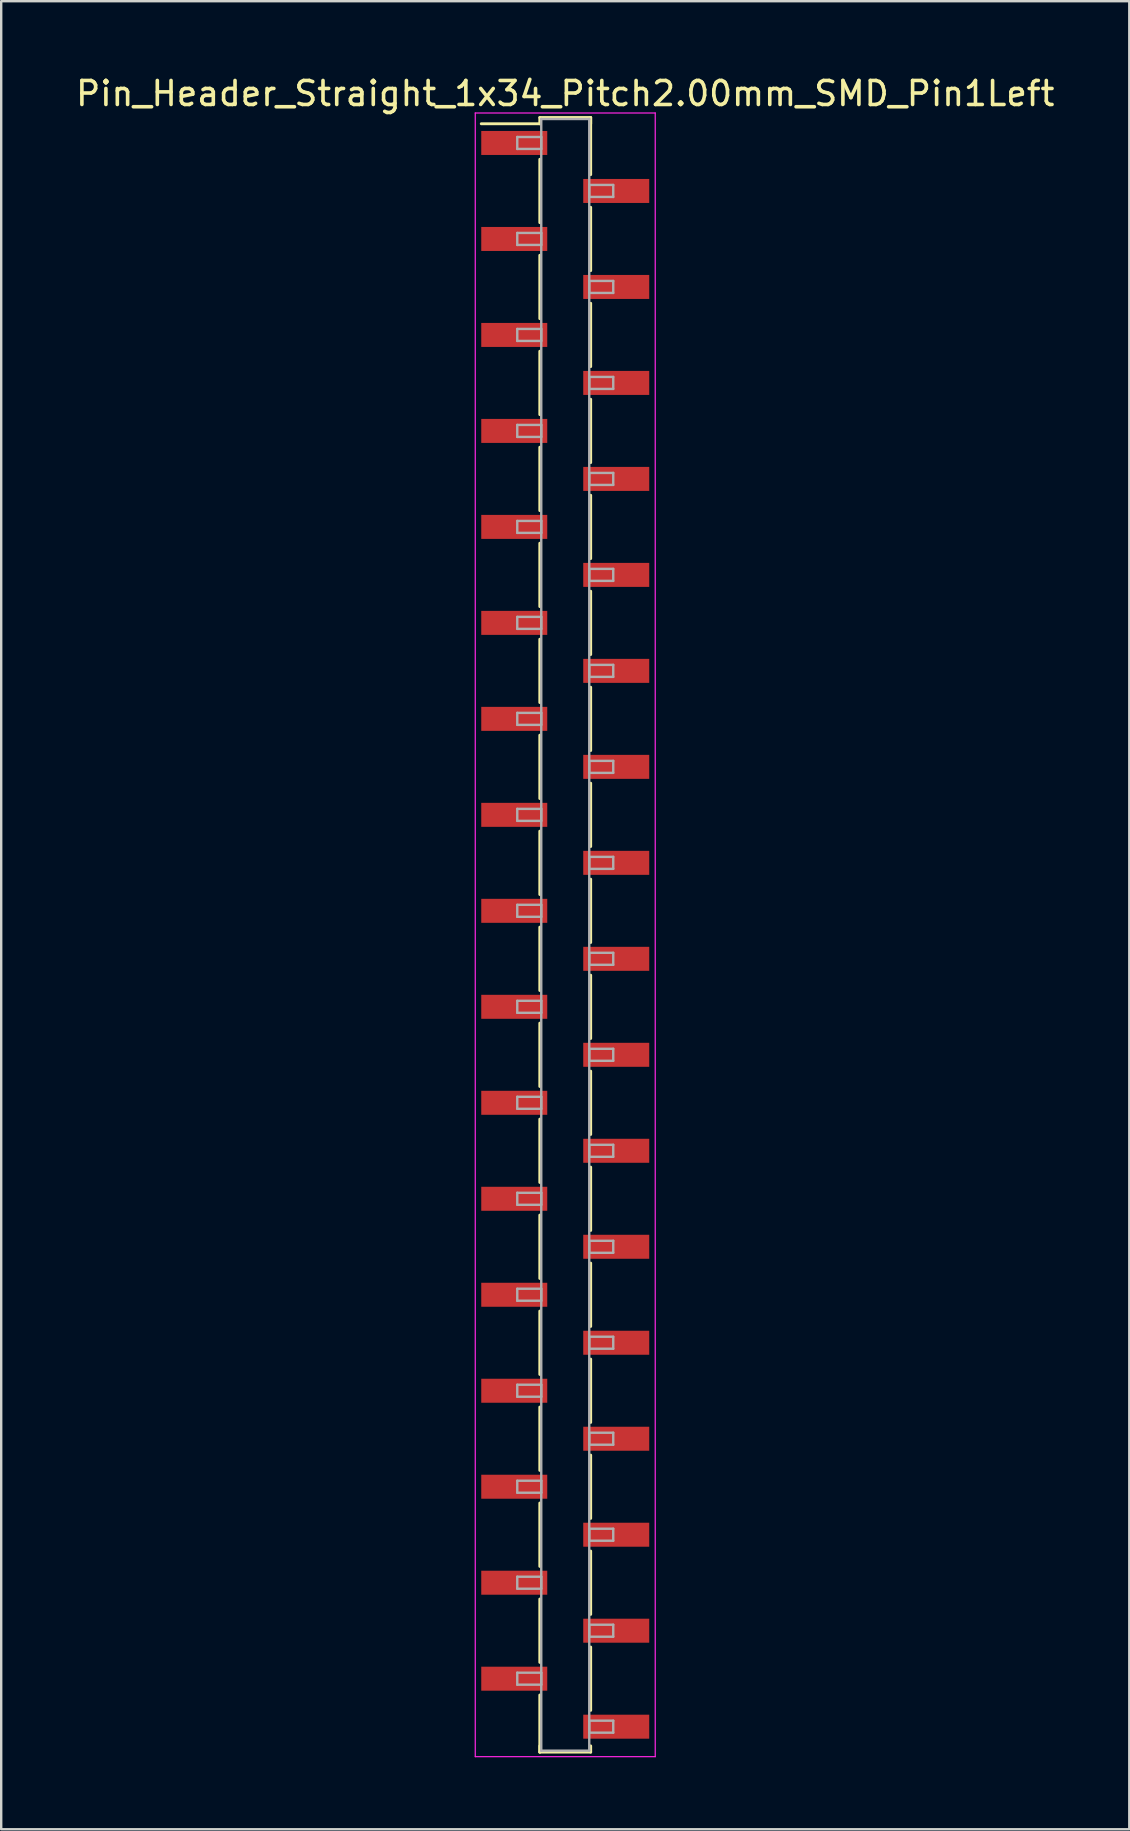
<source format=kicad_pcb>
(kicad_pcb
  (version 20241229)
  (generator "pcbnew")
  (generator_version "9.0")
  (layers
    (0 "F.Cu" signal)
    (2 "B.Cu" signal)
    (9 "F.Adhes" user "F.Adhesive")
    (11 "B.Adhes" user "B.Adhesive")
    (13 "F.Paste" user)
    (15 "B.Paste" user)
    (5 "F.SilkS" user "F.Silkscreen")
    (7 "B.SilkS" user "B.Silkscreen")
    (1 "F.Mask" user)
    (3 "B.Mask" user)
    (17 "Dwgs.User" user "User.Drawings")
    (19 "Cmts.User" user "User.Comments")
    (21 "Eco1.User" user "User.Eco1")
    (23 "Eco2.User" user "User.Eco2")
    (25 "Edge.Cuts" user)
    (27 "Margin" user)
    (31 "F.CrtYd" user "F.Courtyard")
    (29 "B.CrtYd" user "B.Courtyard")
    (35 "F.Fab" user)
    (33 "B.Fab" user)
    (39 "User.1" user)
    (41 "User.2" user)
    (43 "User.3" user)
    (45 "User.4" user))
  (footprint "Pin_Header_Straight_1x34_Pitch2.00mm_SMD_Pin1Left"
    (layer "F.Cu")
    (at 20.506 35.908)
    (property "Reference" "Pin_Header_Straight_1x34_Pitch2.00mm_SMD_Pin1Left" (at 0 -35.06 0) (layer "F.SilkS") (effects (font (size 1 1) (thickness 0.15))))
    (attr smd)
    (fp_line (start -1.06 -34.06) (end 1.06 -34.06) (stroke (width 0.12) (type solid)) (layer "F.SilkS"))
    (fp_line (start -1.06 -33.8) (end -3.5 -33.8) (stroke (width 0.12) (type solid)) (layer "F.SilkS"))
    (fp_line (start -1.06 -33.8) (end -1.06 -34.06) (stroke (width 0.12) (type solid)) (layer "F.SilkS"))
    (fp_line (start -1.06 -32.32) (end -1.06 -29.68) (stroke (width 0.12) (type solid)) (layer "F.SilkS"))
    (fp_line (start -1.06 -28.32) (end -1.06 -25.68) (stroke (width 0.12) (type solid)) (layer "F.SilkS"))
    (fp_line (start -1.06 -24.32) (end -1.06 -21.68) (stroke (width 0.12) (type solid)) (layer "F.SilkS"))
    (fp_line (start -1.06 -20.32) (end -1.06 -17.68) (stroke (width 0.12) (type solid)) (layer "F.SilkS"))
    (fp_line (start -1.06 -16.32) (end -1.06 -13.68) (stroke (width 0.12) (type solid)) (layer "F.SilkS"))
    (fp_line (start -1.06 -12.32) (end -1.06 -9.68) (stroke (width 0.12) (type solid)) (layer "F.SilkS"))
    (fp_line (start -1.06 -8.32) (end -1.06 -5.68) (stroke (width 0.12) (type solid)) (layer "F.SilkS"))
    (fp_line (start -1.06 -4.32) (end -1.06 -1.68) (stroke (width 0.12) (type solid)) (layer "F.SilkS"))
    (fp_line (start -1.06 -0.32) (end -1.06 2.32) (stroke (width 0.12) (type solid)) (layer "F.SilkS"))
    (fp_line (start -1.06 3.68) (end -1.06 6.32) (stroke (width 0.12) (type solid)) (layer "F.SilkS"))
    (fp_line (start -1.06 7.68) (end -1.06 10.32) (stroke (width 0.12) (type solid)) (layer "F.SilkS"))
    (fp_line (start -1.06 11.68) (end -1.06 14.32) (stroke (width 0.12) (type solid)) (layer "F.SilkS"))
    (fp_line (start -1.06 15.68) (end -1.06 18.32) (stroke (width 0.12) (type solid)) (layer "F.SilkS"))
    (fp_line (start -1.06 19.68) (end -1.06 22.32) (stroke (width 0.12) (type solid)) (layer "F.SilkS"))
    (fp_line (start -1.06 23.68) (end -1.06 26.32) (stroke (width 0.12) (type solid)) (layer "F.SilkS"))
    (fp_line (start -1.06 27.68) (end -1.06 30.32) (stroke (width 0.12) (type solid)) (layer "F.SilkS"))
    (fp_line (start -1.06 31.68) (end -1.06 34.06) (stroke (width 0.12) (type solid)) (layer "F.SilkS"))
    (fp_line (start -1.06 33.8) (end -1.06 34.06) (stroke (width 0.12) (type solid)) (layer "F.SilkS"))
    (fp_line (start -1.06 34.06) (end 1.06 34.06) (stroke (width 0.12) (type solid)) (layer "F.SilkS"))
    (fp_line (start 1.06 -34.06) (end 1.06 -33.8) (stroke (width 0.12) (type solid)) (layer "F.SilkS"))
    (fp_line (start 1.06 -34.06) (end 1.06 -31.68) (stroke (width 0.12) (type solid)) (layer "F.SilkS"))
    (fp_line (start 1.06 -30.32) (end 1.06 -27.68) (stroke (width 0.12) (type solid)) (layer "F.SilkS"))
    (fp_line (start 1.06 -26.32) (end 1.06 -23.68) (stroke (width 0.12) (type solid)) (layer "F.SilkS"))
    (fp_line (start 1.06 -22.32) (end 1.06 -19.68) (stroke (width 0.12) (type solid)) (layer "F.SilkS"))
    (fp_line (start 1.06 -18.32) (end 1.06 -15.68) (stroke (width 0.12) (type solid)) (layer "F.SilkS"))
    (fp_line (start 1.06 -14.32) (end 1.06 -11.68) (stroke (width 0.12) (type solid)) (layer "F.SilkS"))
    (fp_line (start 1.06 -10.32) (end 1.06 -7.68) (stroke (width 0.12) (type solid)) (layer "F.SilkS"))
    (fp_line (start 1.06 -6.32) (end 1.06 -3.68) (stroke (width 0.12) (type solid)) (layer "F.SilkS"))
    (fp_line (start 1.06 -2.32) (end 1.06 0.32) (stroke (width 0.12) (type solid)) (layer "F.SilkS"))
    (fp_line (start 1.06 1.68) (end 1.06 4.32) (stroke (width 0.12) (type solid)) (layer "F.SilkS"))
    (fp_line (start 1.06 5.68) (end 1.06 8.32) (stroke (width 0.12) (type solid)) (layer "F.SilkS"))
    (fp_line (start 1.06 9.68) (end 1.06 12.32) (stroke (width 0.12) (type solid)) (layer "F.SilkS"))
    (fp_line (start 1.06 13.68) (end 1.06 16.32) (stroke (width 0.12) (type solid)) (layer "F.SilkS"))
    (fp_line (start 1.06 17.68) (end 1.06 20.32) (stroke (width 0.12) (type solid)) (layer "F.SilkS"))
    (fp_line (start 1.06 21.68) (end 1.06 24.32) (stroke (width 0.12) (type solid)) (layer "F.SilkS"))
    (fp_line (start 1.06 25.68) (end 1.06 28.32) (stroke (width 0.12) (type solid)) (layer "F.SilkS"))
    (fp_line (start 1.06 29.68) (end 1.06 32.32) (stroke (width 0.12) (type solid)) (layer "F.SilkS"))
    (fp_line (start 1.06 34.06) (end 1.06 33.8) (stroke (width 0.12) (type solid)) (layer "F.SilkS"))
    (fp_line (start -3.75 -34.25) (end -3.75 34.25) (stroke (width 0.05) (type solid)) (layer "F.CrtYd"))
    (fp_line (start -3.75 34.25) (end 3.75 34.25) (stroke (width 0.05) (type solid)) (layer "F.CrtYd"))
    (fp_line (start 3.75 -34.25) (end -3.75 -34.25) (stroke (width 0.05) (type solid)) (layer "F.CrtYd"))
    (fp_line (start 3.75 34.25) (end 3.75 -34.25) (stroke (width 0.05) (type solid)) (layer "F.CrtYd"))
    (fp_line (start -2 -33.25) (end -1 -33.25) (stroke (width 0.1) (type solid)) (layer "F.Fab"))
    (fp_line (start -2 -32.75) (end -2 -33.25) (stroke (width 0.1) (type solid)) (layer "F.Fab"))
    (fp_line (start -2 -29.25) (end -1 -29.25) (stroke (width 0.1) (type solid)) (layer "F.Fab"))
    (fp_line (start -2 -28.75) (end -2 -29.25) (stroke (width 0.1) (type solid)) (layer "F.Fab"))
    (fp_line (start -2 -25.25) (end -1 -25.25) (stroke (width 0.1) (type solid)) (layer "F.Fab"))
    (fp_line (start -2 -24.75) (end -2 -25.25) (stroke (width 0.1) (type solid)) (layer "F.Fab"))
    (fp_line (start -2 -21.25) (end -1 -21.25) (stroke (width 0.1) (type solid)) (layer "F.Fab"))
    (fp_line (start -2 -20.75) (end -2 -21.25) (stroke (width 0.1) (type solid)) (layer "F.Fab"))
    (fp_line (start -2 -17.25) (end -1 -17.25) (stroke (width 0.1) (type solid)) (layer "F.Fab"))
    (fp_line (start -2 -16.75) (end -2 -17.25) (stroke (width 0.1) (type solid)) (layer "F.Fab"))
    (fp_line (start -2 -13.25) (end -1 -13.25) (stroke (width 0.1) (type solid)) (layer "F.Fab"))
    (fp_line (start -2 -12.75) (end -2 -13.25) (stroke (width 0.1) (type solid)) (layer "F.Fab"))
    (fp_line (start -2 -9.25) (end -1 -9.25) (stroke (width 0.1) (type solid)) (layer "F.Fab"))
    (fp_line (start -2 -8.75) (end -2 -9.25) (stroke (width 0.1) (type solid)) (layer "F.Fab"))
    (fp_line (start -2 -5.25) (end -1 -5.25) (stroke (width 0.1) (type solid)) (layer "F.Fab"))
    (fp_line (start -2 -4.75) (end -2 -5.25) (stroke (width 0.1) (type solid)) (layer "F.Fab"))
    (fp_line (start -2 -1.25) (end -1 -1.25) (stroke (width 0.1) (type solid)) (layer "F.Fab"))
    (fp_line (start -2 -0.75) (end -2 -1.25) (stroke (width 0.1) (type solid)) (layer "F.Fab"))
    (fp_line (start -2 2.75) (end -1 2.75) (stroke (width 0.1) (type solid)) (layer "F.Fab"))
    (fp_line (start -2 3.25) (end -2 2.75) (stroke (width 0.1) (type solid)) (layer "F.Fab"))
    (fp_line (start -2 6.75) (end -1 6.75) (stroke (width 0.1) (type solid)) (layer "F.Fab"))
    (fp_line (start -2 7.25) (end -2 6.75) (stroke (width 0.1) (type solid)) (layer "F.Fab"))
    (fp_line (start -2 10.75) (end -1 10.75) (stroke (width 0.1) (type solid)) (layer "F.Fab"))
    (fp_line (start -2 11.25) (end -2 10.75) (stroke (width 0.1) (type solid)) (layer "F.Fab"))
    (fp_line (start -2 14.75) (end -1 14.75) (stroke (width 0.1) (type solid)) (layer "F.Fab"))
    (fp_line (start -2 15.25) (end -2 14.75) (stroke (width 0.1) (type solid)) (layer "F.Fab"))
    (fp_line (start -2 18.75) (end -1 18.75) (stroke (width 0.1) (type solid)) (layer "F.Fab"))
    (fp_line (start -2 19.25) (end -2 18.75) (stroke (width 0.1) (type solid)) (layer "F.Fab"))
    (fp_line (start -2 22.75) (end -1 22.75) (stroke (width 0.1) (type solid)) (layer "F.Fab"))
    (fp_line (start -2 23.25) (end -2 22.75) (stroke (width 0.1) (type solid)) (layer "F.Fab"))
    (fp_line (start -2 26.75) (end -1 26.75) (stroke (width 0.1) (type solid)) (layer "F.Fab"))
    (fp_line (start -2 27.25) (end -2 26.75) (stroke (width 0.1) (type solid)) (layer "F.Fab"))
    (fp_line (start -2 30.75) (end -1 30.75) (stroke (width 0.1) (type solid)) (layer "F.Fab"))
    (fp_line (start -2 31.25) (end -2 30.75) (stroke (width 0.1) (type solid)) (layer "F.Fab"))
    (fp_line (start -1 -34) (end -1 34) (stroke (width 0.1) (type solid)) (layer "F.Fab"))
    (fp_line (start -1 -33.25) (end -1 -32.75) (stroke (width 0.1) (type solid)) (layer "F.Fab"))
    (fp_line (start -1 -32.75) (end -2 -32.75) (stroke (width 0.1) (type solid)) (layer "F.Fab"))
    (fp_line (start -1 -29.25) (end -1 -28.75) (stroke (width 0.1) (type solid)) (layer "F.Fab"))
    (fp_line (start -1 -28.75) (end -2 -28.75) (stroke (width 0.1) (type solid)) (layer "F.Fab"))
    (fp_line (start -1 -25.25) (end -1 -24.75) (stroke (width 0.1) (type solid)) (layer "F.Fab"))
    (fp_line (start -1 -24.75) (end -2 -24.75) (stroke (width 0.1) (type solid)) (layer "F.Fab"))
    (fp_line (start -1 -21.25) (end -1 -20.75) (stroke (width 0.1) (type solid)) (layer "F.Fab"))
    (fp_line (start -1 -20.75) (end -2 -20.75) (stroke (width 0.1) (type solid)) (layer "F.Fab"))
    (fp_line (start -1 -17.25) (end -1 -16.75) (stroke (width 0.1) (type solid)) (layer "F.Fab"))
    (fp_line (start -1 -16.75) (end -2 -16.75) (stroke (width 0.1) (type solid)) (layer "F.Fab"))
    (fp_line (start -1 -13.25) (end -1 -12.75) (stroke (width 0.1) (type solid)) (layer "F.Fab"))
    (fp_line (start -1 -12.75) (end -2 -12.75) (stroke (width 0.1) (type solid)) (layer "F.Fab"))
    (fp_line (start -1 -9.25) (end -1 -8.75) (stroke (width 0.1) (type solid)) (layer "F.Fab"))
    (fp_line (start -1 -8.75) (end -2 -8.75) (stroke (width 0.1) (type solid)) (layer "F.Fab"))
    (fp_line (start -1 -5.25) (end -1 -4.75) (stroke (width 0.1) (type solid)) (layer "F.Fab"))
    (fp_line (start -1 -4.75) (end -2 -4.75) (stroke (width 0.1) (type solid)) (layer "F.Fab"))
    (fp_line (start -1 -1.25) (end -1 -0.75) (stroke (width 0.1) (type solid)) (layer "F.Fab"))
    (fp_line (start -1 -0.75) (end -2 -0.75) (stroke (width 0.1) (type solid)) (layer "F.Fab"))
    (fp_line (start -1 2.75) (end -1 3.25) (stroke (width 0.1) (type solid)) (layer "F.Fab"))
    (fp_line (start -1 3.25) (end -2 3.25) (stroke (width 0.1) (type solid)) (layer "F.Fab"))
    (fp_line (start -1 6.75) (end -1 7.25) (stroke (width 0.1) (type solid)) (layer "F.Fab"))
    (fp_line (start -1 7.25) (end -2 7.25) (stroke (width 0.1) (type solid)) (layer "F.Fab"))
    (fp_line (start -1 10.75) (end -1 11.25) (stroke (width 0.1) (type solid)) (layer "F.Fab"))
    (fp_line (start -1 11.25) (end -2 11.25) (stroke (width 0.1) (type solid)) (layer "F.Fab"))
    (fp_line (start -1 14.75) (end -1 15.25) (stroke (width 0.1) (type solid)) (layer "F.Fab"))
    (fp_line (start -1 15.25) (end -2 15.25) (stroke (width 0.1) (type solid)) (layer "F.Fab"))
    (fp_line (start -1 18.75) (end -1 19.25) (stroke (width 0.1) (type solid)) (layer "F.Fab"))
    (fp_line (start -1 19.25) (end -2 19.25) (stroke (width 0.1) (type solid)) (layer "F.Fab"))
    (fp_line (start -1 22.75) (end -1 23.25) (stroke (width 0.1) (type solid)) (layer "F.Fab"))
    (fp_line (start -1 23.25) (end -2 23.25) (stroke (width 0.1) (type solid)) (layer "F.Fab"))
    (fp_line (start -1 26.75) (end -1 27.25) (stroke (width 0.1) (type solid)) (layer "F.Fab"))
    (fp_line (start -1 27.25) (end -2 27.25) (stroke (width 0.1) (type solid)) (layer "F.Fab"))
    (fp_line (start -1 30.75) (end -1 31.25) (stroke (width 0.1) (type solid)) (layer "F.Fab"))
    (fp_line (start -1 31.25) (end -2 31.25) (stroke (width 0.1) (type solid)) (layer "F.Fab"))
    (fp_line (start -1 34) (end 1 34) (stroke (width 0.1) (type solid)) (layer "F.Fab"))
    (fp_line (start 1 -34) (end -1 -34) (stroke (width 0.1) (type solid)) (layer "F.Fab"))
    (fp_line (start 1 -31.25) (end 1 -30.75) (stroke (width 0.1) (type solid)) (layer "F.Fab"))
    (fp_line (start 1 -30.75) (end 2 -30.75) (stroke (width 0.1) (type solid)) (layer "F.Fab"))
    (fp_line (start 1 -27.25) (end 1 -26.75) (stroke (width 0.1) (type solid)) (layer "F.Fab"))
    (fp_line (start 1 -26.75) (end 2 -26.75) (stroke (width 0.1) (type solid)) (layer "F.Fab"))
    (fp_line (start 1 -23.25) (end 1 -22.75) (stroke (width 0.1) (type solid)) (layer "F.Fab"))
    (fp_line (start 1 -22.75) (end 2 -22.75) (stroke (width 0.1) (type solid)) (layer "F.Fab"))
    (fp_line (start 1 -19.25) (end 1 -18.75) (stroke (width 0.1) (type solid)) (layer "F.Fab"))
    (fp_line (start 1 -18.75) (end 2 -18.75) (stroke (width 0.1) (type solid)) (layer "F.Fab"))
    (fp_line (start 1 -15.25) (end 1 -14.75) (stroke (width 0.1) (type solid)) (layer "F.Fab"))
    (fp_line (start 1 -14.75) (end 2 -14.75) (stroke (width 0.1) (type solid)) (layer "F.Fab"))
    (fp_line (start 1 -11.25) (end 1 -10.75) (stroke (width 0.1) (type solid)) (layer "F.Fab"))
    (fp_line (start 1 -10.75) (end 2 -10.75) (stroke (width 0.1) (type solid)) (layer "F.Fab"))
    (fp_line (start 1 -7.25) (end 1 -6.75) (stroke (width 0.1) (type solid)) (layer "F.Fab"))
    (fp_line (start 1 -6.75) (end 2 -6.75) (stroke (width 0.1) (type solid)) (layer "F.Fab"))
    (fp_line (start 1 -3.25) (end 1 -2.75) (stroke (width 0.1) (type solid)) (layer "F.Fab"))
    (fp_line (start 1 -2.75) (end 2 -2.75) (stroke (width 0.1) (type solid)) (layer "F.Fab"))
    (fp_line (start 1 0.75) (end 1 1.25) (stroke (width 0.1) (type solid)) (layer "F.Fab"))
    (fp_line (start 1 1.25) (end 2 1.25) (stroke (width 0.1) (type solid)) (layer "F.Fab"))
    (fp_line (start 1 4.75) (end 1 5.25) (stroke (width 0.1) (type solid)) (layer "F.Fab"))
    (fp_line (start 1 5.25) (end 2 5.25) (stroke (width 0.1) (type solid)) (layer "F.Fab"))
    (fp_line (start 1 8.75) (end 1 9.25) (stroke (width 0.1) (type solid)) (layer "F.Fab"))
    (fp_line (start 1 9.25) (end 2 9.25) (stroke (width 0.1) (type solid)) (layer "F.Fab"))
    (fp_line (start 1 12.75) (end 1 13.25) (stroke (width 0.1) (type solid)) (layer "F.Fab"))
    (fp_line (start 1 13.25) (end 2 13.25) (stroke (width 0.1) (type solid)) (layer "F.Fab"))
    (fp_line (start 1 16.75) (end 1 17.25) (stroke (width 0.1) (type solid)) (layer "F.Fab"))
    (fp_line (start 1 17.25) (end 2 17.25) (stroke (width 0.1) (type solid)) (layer "F.Fab"))
    (fp_line (start 1 20.75) (end 1 21.25) (stroke (width 0.1) (type solid)) (layer "F.Fab"))
    (fp_line (start 1 21.25) (end 2 21.25) (stroke (width 0.1) (type solid)) (layer "F.Fab"))
    (fp_line (start 1 24.75) (end 1 25.25) (stroke (width 0.1) (type solid)) (layer "F.Fab"))
    (fp_line (start 1 25.25) (end 2 25.25) (stroke (width 0.1) (type solid)) (layer "F.Fab"))
    (fp_line (start 1 28.75) (end 1 29.25) (stroke (width 0.1) (type solid)) (layer "F.Fab"))
    (fp_line (start 1 29.25) (end 2 29.25) (stroke (width 0.1) (type solid)) (layer "F.Fab"))
    (fp_line (start 1 32.75) (end 1 33.25) (stroke (width 0.1) (type solid)) (layer "F.Fab"))
    (fp_line (start 1 33.25) (end 2 33.25) (stroke (width 0.1) (type solid)) (layer "F.Fab"))
    (fp_line (start 1 34) (end 1 -34) (stroke (width 0.1) (type solid)) (layer "F.Fab"))
    (fp_line (start 2 -31.25) (end 1 -31.25) (stroke (width 0.1) (type solid)) (layer "F.Fab"))
    (fp_line (start 2 -30.75) (end 2 -31.25) (stroke (width 0.1) (type solid)) (layer "F.Fab"))
    (fp_line (start 2 -27.25) (end 1 -27.25) (stroke (width 0.1) (type solid)) (layer "F.Fab"))
    (fp_line (start 2 -26.75) (end 2 -27.25) (stroke (width 0.1) (type solid)) (layer "F.Fab"))
    (fp_line (start 2 -23.25) (end 1 -23.25) (stroke (width 0.1) (type solid)) (layer "F.Fab"))
    (fp_line (start 2 -22.75) (end 2 -23.25) (stroke (width 0.1) (type solid)) (layer "F.Fab"))
    (fp_line (start 2 -19.25) (end 1 -19.25) (stroke (width 0.1) (type solid)) (layer "F.Fab"))
    (fp_line (start 2 -18.75) (end 2 -19.25) (stroke (width 0.1) (type solid)) (layer "F.Fab"))
    (fp_line (start 2 -15.25) (end 1 -15.25) (stroke (width 0.1) (type solid)) (layer "F.Fab"))
    (fp_line (start 2 -14.75) (end 2 -15.25) (stroke (width 0.1) (type solid)) (layer "F.Fab"))
    (fp_line (start 2 -11.25) (end 1 -11.25) (stroke (width 0.1) (type solid)) (layer "F.Fab"))
    (fp_line (start 2 -10.75) (end 2 -11.25) (stroke (width 0.1) (type solid)) (layer "F.Fab"))
    (fp_line (start 2 -7.25) (end 1 -7.25) (stroke (width 0.1) (type solid)) (layer "F.Fab"))
    (fp_line (start 2 -6.75) (end 2 -7.25) (stroke (width 0.1) (type solid)) (layer "F.Fab"))
    (fp_line (start 2 -3.25) (end 1 -3.25) (stroke (width 0.1) (type solid)) (layer "F.Fab"))
    (fp_line (start 2 -2.75) (end 2 -3.25) (stroke (width 0.1) (type solid)) (layer "F.Fab"))
    (fp_line (start 2 0.75) (end 1 0.75) (stroke (width 0.1) (type solid)) (layer "F.Fab"))
    (fp_line (start 2 1.25) (end 2 0.75) (stroke (width 0.1) (type solid)) (layer "F.Fab"))
    (fp_line (start 2 4.75) (end 1 4.75) (stroke (width 0.1) (type solid)) (layer "F.Fab"))
    (fp_line (start 2 5.25) (end 2 4.75) (stroke (width 0.1) (type solid)) (layer "F.Fab"))
    (fp_line (start 2 8.75) (end 1 8.75) (stroke (width 0.1) (type solid)) (layer "F.Fab"))
    (fp_line (start 2 9.25) (end 2 8.75) (stroke (width 0.1) (type solid)) (layer "F.Fab"))
    (fp_line (start 2 12.75) (end 1 12.75) (stroke (width 0.1) (type solid)) (layer "F.Fab"))
    (fp_line (start 2 13.25) (end 2 12.75) (stroke (width 0.1) (type solid)) (layer "F.Fab"))
    (fp_line (start 2 16.75) (end 1 16.75) (stroke (width 0.1) (type solid)) (layer "F.Fab"))
    (fp_line (start 2 17.25) (end 2 16.75) (stroke (width 0.1) (type solid)) (layer "F.Fab"))
    (fp_line (start 2 20.75) (end 1 20.75) (stroke (width 0.1) (type solid)) (layer "F.Fab"))
    (fp_line (start 2 21.25) (end 2 20.75) (stroke (width 0.1) (type solid)) (layer "F.Fab"))
    (fp_line (start 2 24.75) (end 1 24.75) (stroke (width 0.1) (type solid)) (layer "F.Fab"))
    (fp_line (start 2 25.25) (end 2 24.75) (stroke (width 0.1) (type solid)) (layer "F.Fab"))
    (fp_line (start 2 28.75) (end 1 28.75) (stroke (width 0.1) (type solid)) (layer "F.Fab"))
    (fp_line (start 2 29.25) (end 2 28.75) (stroke (width 0.1) (type solid)) (layer "F.Fab"))
    (fp_line (start 2 32.75) (end 1 32.75) (stroke (width 0.1) (type solid)) (layer "F.Fab"))
    (fp_line (start 2 33.25) (end 2 32.75) (stroke (width 0.1) (type solid)) (layer "F.Fab"))
    (pad "1" smd rect (at -2.125 -33) (size 2.75 1) (layers "F.Cu" "F.Mask"))
    (pad "2" smd rect (at 2.125 -31) (size 2.75 1) (layers "F.Cu" "F.Mask"))
    (pad "3" smd rect (at -2.125 -29) (size 2.75 1) (layers "F.Cu" "F.Mask"))
    (pad "4" smd rect (at 2.125 -27) (size 2.75 1) (layers "F.Cu" "F.Mask"))
    (pad "5" smd rect (at -2.125 -25) (size 2.75 1) (layers "F.Cu" "F.Mask"))
    (pad "6" smd rect (at 2.125 -23) (size 2.75 1) (layers "F.Cu" "F.Mask"))
    (pad "7" smd rect (at -2.125 -21) (size 2.75 1) (layers "F.Cu" "F.Mask"))
    (pad "8" smd rect (at 2.125 -19) (size 2.75 1) (layers "F.Cu" "F.Mask"))
    (pad "9" smd rect (at -2.125 -17) (size 2.75 1) (layers "F.Cu" "F.Mask"))
    (pad "10" smd rect (at 2.125 -15) (size 2.75 1) (layers "F.Cu" "F.Mask"))
    (pad "11" smd rect (at -2.125 -13) (size 2.75 1) (layers "F.Cu" "F.Mask"))
    (pad "12" smd rect (at 2.125 -11) (size 2.75 1) (layers "F.Cu" "F.Mask"))
    (pad "13" smd rect (at -2.125 -9) (size 2.75 1) (layers "F.Cu" "F.Mask"))
    (pad "14" smd rect (at 2.125 -7) (size 2.75 1) (layers "F.Cu" "F.Mask"))
    (pad "15" smd rect (at -2.125 -5) (size 2.75 1) (layers "F.Cu" "F.Mask"))
    (pad "16" smd rect (at 2.125 -3) (size 2.75 1) (layers "F.Cu" "F.Mask"))
    (pad "17" smd rect (at -2.125 -1) (size 2.75 1) (layers "F.Cu" "F.Mask"))
    (pad "18" smd rect (at 2.125 1) (size 2.75 1) (layers "F.Cu" "F.Mask"))
    (pad "19" smd rect (at -2.125 3) (size 2.75 1) (layers "F.Cu" "F.Mask"))
    (pad "20" smd rect (at 2.125 5) (size 2.75 1) (layers "F.Cu" "F.Mask"))
    (pad "21" smd rect (at -2.125 7) (size 2.75 1) (layers "F.Cu" "F.Mask"))
    (pad "22" smd rect (at 2.125 9) (size 2.75 1) (layers "F.Cu" "F.Mask"))
    (pad "23" smd rect (at -2.125 11) (size 2.75 1) (layers "F.Cu" "F.Mask"))
    (pad "24" smd rect (at 2.125 13) (size 2.75 1) (layers "F.Cu" "F.Mask"))
    (pad "25" smd rect (at -2.125 15) (size 2.75 1) (layers "F.Cu" "F.Mask"))
    (pad "26" smd rect (at 2.125 17) (size 2.75 1) (layers "F.Cu" "F.Mask"))
    (pad "27" smd rect (at -2.125 19) (size 2.75 1) (layers "F.Cu" "F.Mask"))
    (pad "28" smd rect (at 2.125 21) (size 2.75 1) (layers "F.Cu" "F.Mask"))
    (pad "29" smd rect (at -2.125 23) (size 2.75 1) (layers "F.Cu" "F.Mask"))
    (pad "30" smd rect (at 2.125 25) (size 2.75 1) (layers "F.Cu" "F.Mask"))
    (pad "31" smd rect (at -2.125 27) (size 2.75 1) (layers "F.Cu" "F.Mask"))
    (pad "32" smd rect (at 2.125 29) (size 2.75 1) (layers "F.Cu" "F.Mask"))
    (pad "33" smd rect (at -2.125 31) (size 2.75 1) (layers "F.Cu" "F.Mask"))
    (pad "34" smd rect (at 2.125 33) (size 2.75 1) (layers "F.Cu" "F.Mask")))
  (gr_rect
    (start -3 -3)
    (end 44.012 73.183)
    (stroke (width 0.1) (type default))
    (fill no)
    (layer "Edge.Cuts")))
</source>
